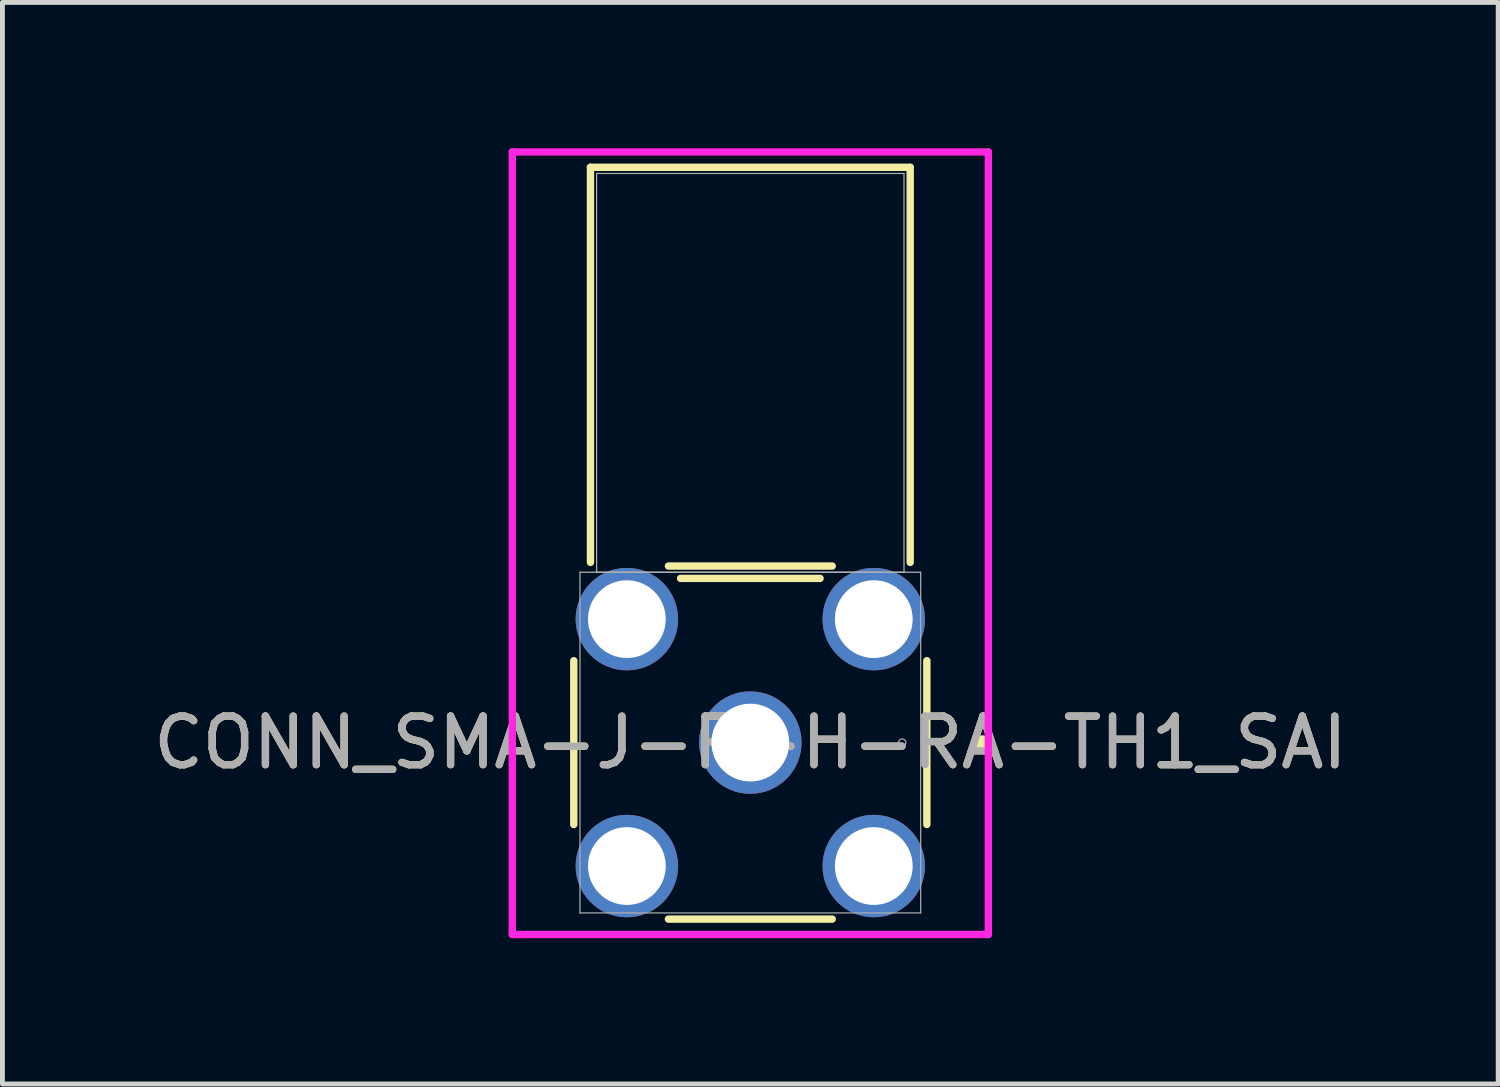
<source format=kicad_pcb>
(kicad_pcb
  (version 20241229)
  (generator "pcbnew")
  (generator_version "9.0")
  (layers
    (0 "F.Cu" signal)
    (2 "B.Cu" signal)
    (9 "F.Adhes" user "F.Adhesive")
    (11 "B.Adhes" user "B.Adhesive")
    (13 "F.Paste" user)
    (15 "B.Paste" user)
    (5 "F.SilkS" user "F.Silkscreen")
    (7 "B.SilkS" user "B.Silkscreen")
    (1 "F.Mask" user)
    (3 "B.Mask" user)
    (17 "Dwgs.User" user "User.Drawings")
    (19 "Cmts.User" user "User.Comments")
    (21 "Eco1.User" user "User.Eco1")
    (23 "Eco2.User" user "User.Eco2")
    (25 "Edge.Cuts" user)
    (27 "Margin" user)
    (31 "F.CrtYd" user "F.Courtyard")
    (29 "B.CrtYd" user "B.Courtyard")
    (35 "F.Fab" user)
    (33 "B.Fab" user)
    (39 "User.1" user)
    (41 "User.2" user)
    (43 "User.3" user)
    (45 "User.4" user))
  (footprint "CONN_SMA-J-P-H-RA-TH1_SAI"
    (layer "F.Cu")
    (at 12.387 12.228)
    (property "Reference" "CONN_SMA-J-P-H-RA-TH1_SAI" (at 0 0 0) (unlocked yes) (layer "F.SilkS") (effects (font (size 1 1) (thickness 0.15))))
    (attr through_hole)
    (fp_line (start -3.632 -1.685) (end -3.632 1.685) (stroke (width 0.152) (type solid)) (layer "F.SilkS"))
    (fp_line (start -3.289 -11.836) (end -3.289 -3.707) (stroke (width 0.152) (type solid)) (layer "F.SilkS"))
    (fp_line (start -1.685 3.632) (end 1.685 3.632) (stroke (width 0.152) (type solid)) (layer "F.SilkS"))
    (fp_line (start -1.435 -3.378) (end 1.435 -3.378) (stroke (width 0.152) (type solid)) (layer "F.SilkS"))
    (fp_line (start 1.685 -3.632) (end -1.685 -3.632) (stroke (width 0.152) (type solid)) (layer "F.SilkS"))
    (fp_line (start 3.289 -11.836) (end -3.289 -11.836) (stroke (width 0.152) (type solid)) (layer "F.SilkS"))
    (fp_line (start 3.289 -3.707) (end 3.289 -11.836) (stroke (width 0.152) (type solid)) (layer "F.SilkS"))
    (fp_line (start 3.632 1.685) (end 3.632 -1.685) (stroke (width 0.152) (type solid)) (layer "F.SilkS"))
    (fp_circle (center 4.775 0) (end 4.851 0) (stroke (width 0.152) (type solid)) (fill no) (layer "F.SilkS"))
    (fp_line (start -4.897 -12.152) (end 4.897 -12.152) (stroke (width 0.152) (type solid)) (layer "F.CrtYd"))
    (fp_line (start -4.897 3.948) (end -4.897 -12.152) (stroke (width 0.152) (type solid)) (layer "F.CrtYd"))
    (fp_line (start 4.897 -12.152) (end 4.897 3.948) (stroke (width 0.152) (type solid)) (layer "F.CrtYd"))
    (fp_line (start 4.897 3.948) (end -4.897 3.948) (stroke (width 0.152) (type solid)) (layer "F.CrtYd"))
    (fp_line (start -3.505 -3.505) (end -3.505 3.505) (stroke (width 0.025) (type solid)) (layer "F.Fab"))
    (fp_line (start -3.505 3.505) (end 3.505 3.505) (stroke (width 0.025) (type solid)) (layer "F.Fab"))
    (fp_line (start -3.162 -11.709) (end -3.162 -3.505) (stroke (width 0.025) (type solid)) (layer "F.Fab"))
    (fp_line (start -3.162 -3.505) (end 3.162 -3.505) (stroke (width 0.025) (type solid)) (layer "F.Fab"))
    (fp_line (start 3.162 -11.709) (end -3.162 -11.709) (stroke (width 0.025) (type solid)) (layer "F.Fab"))
    (fp_line (start 3.162 -3.505) (end 3.162 -11.709) (stroke (width 0.025) (type solid)) (layer "F.Fab"))
    (fp_line (start 3.505 -3.505) (end -3.505 -3.505) (stroke (width 0.025) (type solid)) (layer "F.Fab"))
    (fp_line (start 3.505 3.505) (end 3.505 -3.505) (stroke (width 0.025) (type solid)) (layer "F.Fab"))
    (fp_circle (center 3.124 0) (end 3.2 0) (stroke (width 0.025) (type solid)) (fill no) (layer "F.Fab"))
    (fp_text user "${REFERENCE}" (at 0 0 0) (unlocked yes) (layer "F.Fab") (effects (font (size 1 1) (thickness 0.15))))
    (pad "1" thru_hole circle (at 0 0) (size 2.108 2.108) (drill 1.6) (layers "*.Cu" "*.Mask"))
    (pad "2" thru_hole circle (at -2.54 -2.54) (size 2.108 2.108) (drill 1.6) (layers "*.Cu" "*.Mask"))
    (pad "3" thru_hole circle (at -2.54 2.54) (size 2.108 2.108) (drill 1.6) (layers "*.Cu" "*.Mask"))
    (pad "4" thru_hole circle (at 2.54 2.54) (size 2.108 2.108) (drill 1.6) (layers "*.Cu" "*.Mask"))
    (pad "5" thru_hole circle (at 2.54 -2.54) (size 2.108 2.108) (drill 1.6) (layers "*.Cu" "*.Mask")))
  (gr_rect
    (start -3 -3)
    (end 27.774 19.252)
    (stroke (width 0.1) (type default))
    (fill no)
    (layer "Edge.Cuts")))
</source>
